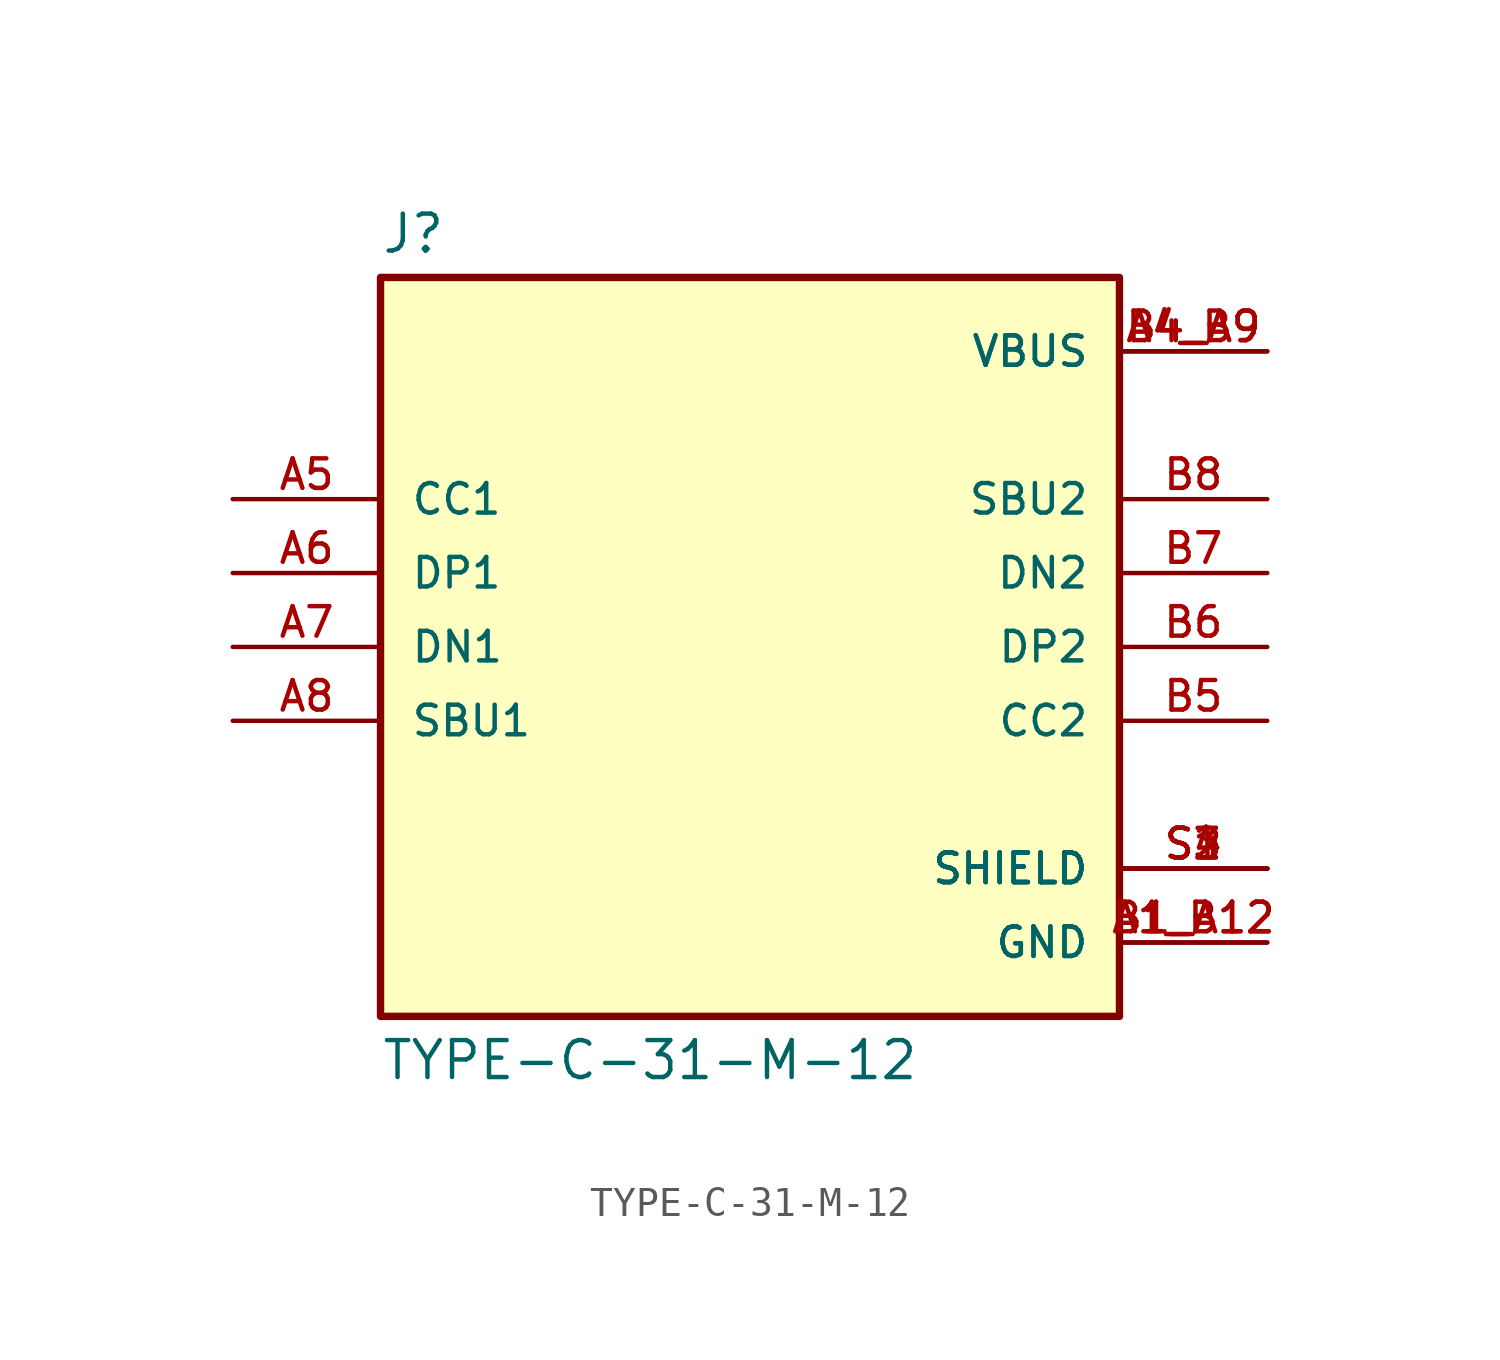
<source format=kicad_sym>
(kicad_symbol_lib
  (version 20241209)
  (generator "kicad_symbol_editor")
  (generator_version "9.0")
  (symbol "TYPE-C-31-M-12"
    (pin_names
      (offset 1.016))
    (property "Reference" "J"
      (at -12.7 13.462 0)
      (effects (font (size 1.27 1.27)) (justify left bottom)))
    (property "Value" "TYPE-C-31-M-12"
      (at -12.7 -13.462 0)
      (effects (font (size 1.27 1.27)) (justify left top)))
    (symbol "TYPE-C-31-M-12_0_0"
      (rectangle (start -12.7 -12.7) (end 12.7 12.7) (stroke (width 0.254) (type default)) (fill (type background)))
      (pin bidirectional line (at -17.78 2.54 0) (length 5.08) (name "DP1" (effects (font (size 1.016 1.016)))) (number "A6" (effects (font (size 1.016 1.016)))))
      (pin bidirectional line (at -17.78 0 0) (length 5.08) (name "DN1" (effects (font (size 1.016 1.016)))) (number "A7" (effects (font (size 1.016 1.016)))))
      (pin bidirectional line (at -17.78 -2.54 0) (length 5.08) (name "SBU1" (effects (font (size 1.016 1.016)))) (number "A8" (effects (font (size 1.016 1.016)))))
      (pin power_in line (at 17.78 10.16 180) (length 5.08) (name "VBUS" (effects (font (size 1.016 1.016)))) (number "A4_B9" (effects (font (size 1.016 1.016)))))
      (pin power_in line (at 17.78 10.16 180) (length 5.08) (name "VBUS" (effects (font (size 1.016 1.016)))) (number "B4_A9" (effects (font (size 1.016 1.016)))))
      (pin bidirectional line (at 17.78 5.08 180) (length 5.08) (name "SBU2" (effects (font (size 1.016 1.016)))) (number "B8" (effects (font (size 1.016 1.016)))))
      (pin bidirectional line (at 17.78 2.54 180) (length 5.08) (name "DN2" (effects (font (size 1.016 1.016)))) (number "B7" (effects (font (size 1.016 1.016)))))
      (pin bidirectional line (at 17.78 0 180) (length 5.08) (name "DP2" (effects (font (size 1.016 1.016)))) (number "B6" (effects (font (size 1.016 1.016)))))
      (pin bidirectional line (at 17.78 -2.54 180) (length 5.08) (name "CC2" (effects (font (size 1.016 1.016)))) (number "B5" (effects (font (size 1.016 1.016)))))
      (pin passive line (at 17.78 -7.62 180) (length 5.08) (name "SHIELD" (effects (font (size 1.016 1.016)))) (number "S1" (effects (font (size 1.016 1.016)))))
      (pin passive line (at 17.78 -7.62 180) (length 5.08) (name "SHIELD" (effects (font (size 1.016 1.016)))) (number "S2" (effects (font (size 1.016 1.016)))))
      (pin passive line (at 17.78 -7.62 180) (length 5.08) (name "SHIELD" (effects (font (size 1.016 1.016)))) (number "S3" (effects (font (size 1.016 1.016)))))
      (pin passive line (at 17.78 -7.62 180) (length 5.08) (name "SHIELD" (effects (font (size 1.016 1.016)))) (number "S4" (effects (font (size 1.016 1.016)))))
      (pin power_in line (at 17.78 -10.16 180) (length 5.08) (name "GND" (effects (font (size 1.016 1.016)))) (number "A1_B12" (effects (font (size 1.016 1.016)))))
      (pin power_in line (at 17.78 -10.16 180) (length 5.08) (name "GND" (effects (font (size 1.016 1.016)))) (number "B1_A12" (effects (font (size 1.016 1.016))))))
    (symbol "TYPE-C-31-M-12_1_0"
      (pin bidirectional line (at -17.78 5.08 0) (length 5.08) (name "CC1" (effects (font (size 1.016 1.016)))) (number "A5" (effects (font (size 1.016 1.016))))))))
</source>
